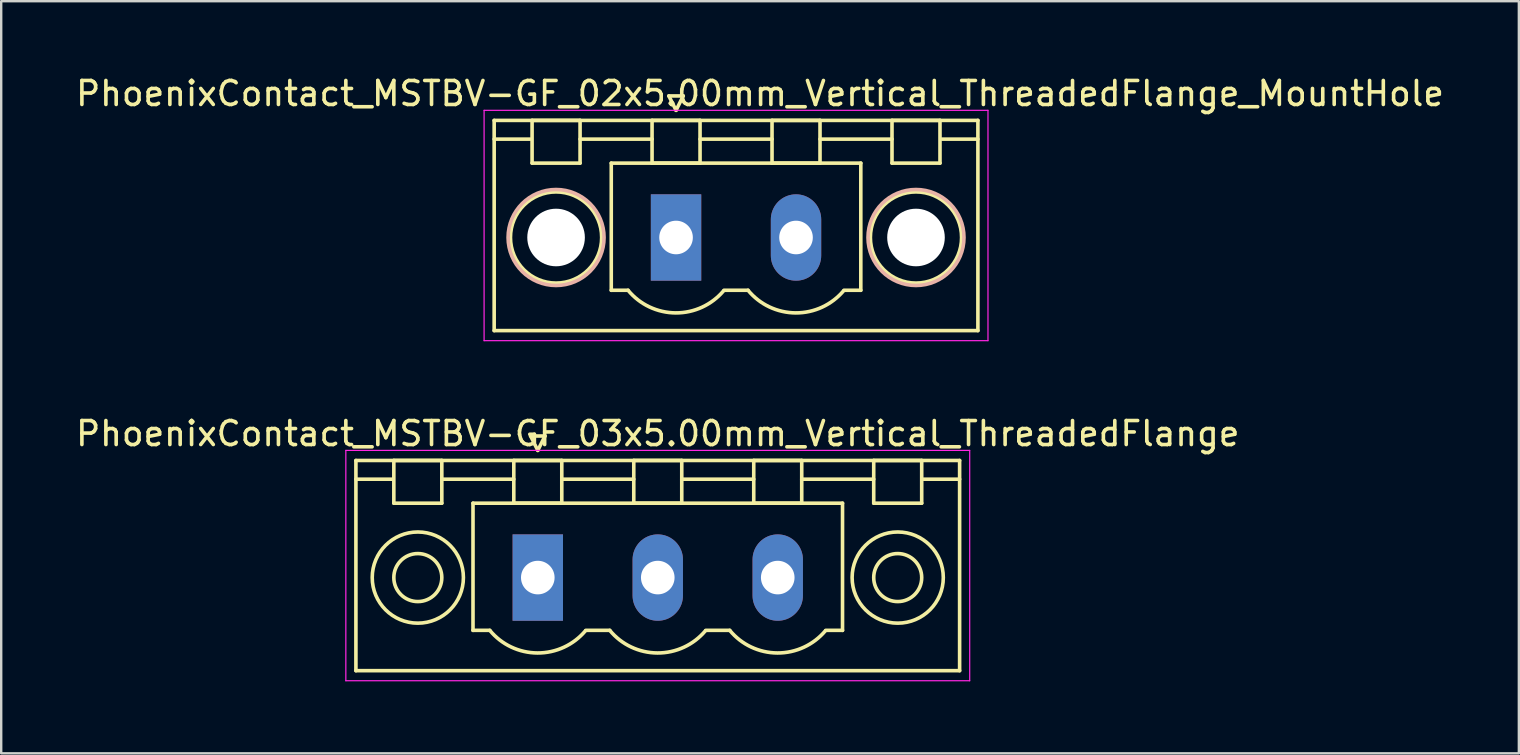
<source format=kicad_pcb>
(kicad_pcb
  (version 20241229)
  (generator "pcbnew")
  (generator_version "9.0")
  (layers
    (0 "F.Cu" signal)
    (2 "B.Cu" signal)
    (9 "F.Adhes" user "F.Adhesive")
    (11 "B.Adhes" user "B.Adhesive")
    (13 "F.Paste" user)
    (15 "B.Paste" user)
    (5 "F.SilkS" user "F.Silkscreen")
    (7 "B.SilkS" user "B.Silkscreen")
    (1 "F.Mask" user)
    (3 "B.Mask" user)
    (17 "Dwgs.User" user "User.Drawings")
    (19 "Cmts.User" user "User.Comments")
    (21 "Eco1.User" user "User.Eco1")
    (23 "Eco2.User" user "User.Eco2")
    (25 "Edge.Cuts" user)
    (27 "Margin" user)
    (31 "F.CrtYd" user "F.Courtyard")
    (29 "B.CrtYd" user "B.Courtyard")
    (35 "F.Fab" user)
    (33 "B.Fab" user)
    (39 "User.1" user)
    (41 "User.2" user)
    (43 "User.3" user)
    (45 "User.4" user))
  (footprint "PhoenixContact_MSTBV-GF_03x5.00mm_Vertical_ThreadedFlange"
    (layer "F.Cu")
    (at 19.363 21.021)
    (property "Reference" "PhoenixContact_MSTBV-GF_03x5.00mm_Vertical_ThreadedFlange" (at 5 -6 0) (layer "F.SilkS") (effects (font (size 1 1) (thickness 0.15))))
    (attr through_hole)
    (fp_line (start -7.58 -4.88) (end -7.58 3.88) (stroke (width 0.15) (type solid)) (layer "F.SilkS"))
    (fp_line (start -7.58 -4.1) (end -6.08 -4.1) (stroke (width 0.15) (type solid)) (layer "F.SilkS"))
    (fp_line (start -7.58 3.88) (end 17.58 3.88) (stroke (width 0.15) (type solid)) (layer "F.SilkS"))
    (fp_line (start -6 -4.88) (end -4 -4.88) (stroke (width 0.15) (type solid)) (layer "F.SilkS"))
    (fp_line (start -6 -3.1) (end -6 -4.88) (stroke (width 0.15) (type solid)) (layer "F.SilkS"))
    (fp_line (start -4 -4.88) (end -4 -3.1) (stroke (width 0.15) (type solid)) (layer "F.SilkS"))
    (fp_line (start -4 -4.1) (end -1 -4.1) (stroke (width 0.15) (type solid)) (layer "F.SilkS"))
    (fp_line (start -4 -3.1) (end -6 -3.1) (stroke (width 0.15) (type solid)) (layer "F.SilkS"))
    (fp_line (start -2.7 -3.1) (end 12.7 -3.1) (stroke (width 0.15) (type solid)) (layer "F.SilkS"))
    (fp_line (start -2.7 2.2) (end -2.7 -3.1) (stroke (width 0.15) (type solid)) (layer "F.SilkS"))
    (fp_line (start -2 2.2) (end -2.7 2.2) (stroke (width 0.15) (type solid)) (layer "F.SilkS"))
    (fp_line (start -1 -4.88) (end 1 -4.88) (stroke (width 0.15) (type solid)) (layer "F.SilkS"))
    (fp_line (start -1 -3.1) (end -1 -4.88) (stroke (width 0.15) (type solid)) (layer "F.SilkS"))
    (fp_line (start -0.3 -5.9) (end 0 -5.3) (stroke (width 0.15) (type solid)) (layer "F.SilkS"))
    (fp_line (start 0 -5.3) (end 0.3 -5.9) (stroke (width 0.15) (type solid)) (layer "F.SilkS"))
    (fp_line (start 0.3 -5.9) (end -0.3 -5.9) (stroke (width 0.15) (type solid)) (layer "F.SilkS"))
    (fp_line (start 1 -4.88) (end 1 -3.1) (stroke (width 0.15) (type solid)) (layer "F.SilkS"))
    (fp_line (start 1 -4.1) (end 4 -4.1) (stroke (width 0.15) (type solid)) (layer "F.SilkS"))
    (fp_line (start 1 -3.1) (end -1 -3.1) (stroke (width 0.15) (type solid)) (layer "F.SilkS"))
    (fp_line (start 2 2.2) (end 3 2.2) (stroke (width 0.15) (type solid)) (layer "F.SilkS"))
    (fp_line (start 4 -4.88) (end 6 -4.88) (stroke (width 0.15) (type solid)) (layer "F.SilkS"))
    (fp_line (start 4 -3.1) (end 4 -4.88) (stroke (width 0.15) (type solid)) (layer "F.SilkS"))
    (fp_line (start 6 -4.88) (end 6 -3.1) (stroke (width 0.15) (type solid)) (layer "F.SilkS"))
    (fp_line (start 6 -4.1) (end 9 -4.1) (stroke (width 0.15) (type solid)) (layer "F.SilkS"))
    (fp_line (start 6 -3.1) (end 4 -3.1) (stroke (width 0.15) (type solid)) (layer "F.SilkS"))
    (fp_line (start 7 2.2) (end 8 2.2) (stroke (width 0.15) (type solid)) (layer "F.SilkS"))
    (fp_line (start 9 -4.88) (end 11 -4.88) (stroke (width 0.15) (type solid)) (layer "F.SilkS"))
    (fp_line (start 9 -3.1) (end 9 -4.88) (stroke (width 0.15) (type solid)) (layer "F.SilkS"))
    (fp_line (start 11 -4.88) (end 11 -3.1) (stroke (width 0.15) (type solid)) (layer "F.SilkS"))
    (fp_line (start 11 -4.1) (end 14 -4.1) (stroke (width 0.15) (type solid)) (layer "F.SilkS"))
    (fp_line (start 11 -3.1) (end 9 -3.1) (stroke (width 0.15) (type solid)) (layer "F.SilkS"))
    (fp_line (start 12.7 -3.1) (end 12.7 2.2) (stroke (width 0.15) (type solid)) (layer "F.SilkS"))
    (fp_line (start 12.7 2.2) (end 12 2.2) (stroke (width 0.15) (type solid)) (layer "F.SilkS"))
    (fp_line (start 14 -4.88) (end 16 -4.88) (stroke (width 0.15) (type solid)) (layer "F.SilkS"))
    (fp_line (start 14 -3.1) (end 14 -4.88) (stroke (width 0.15) (type solid)) (layer "F.SilkS"))
    (fp_line (start 16 -4.88) (end 16 -3.1) (stroke (width 0.15) (type solid)) (layer "F.SilkS"))
    (fp_line (start 16 -3.1) (end 14 -3.1) (stroke (width 0.15) (type solid)) (layer "F.SilkS"))
    (fp_line (start 17.58 -4.88) (end -7.58 -4.88) (stroke (width 0.15) (type solid)) (layer "F.SilkS"))
    (fp_line (start 17.58 -4.1) (end 16.08 -4.1) (stroke (width 0.15) (type solid)) (layer "F.SilkS"))
    (fp_line (start 17.58 3.88) (end 17.58 -4.88) (stroke (width 0.15) (type solid)) (layer "F.SilkS"))
    (fp_arc (start 1.986842 2.215821) (mid -0.010289 3.142758) (end -2 2.2) (stroke (width 0.15) (type solid)) (layer "F.SilkS"))
    (fp_arc (start 6.986842 2.215821) (mid 4.989711 3.142758) (end 3 2.2) (stroke (width 0.15) (type solid)) (layer "F.SilkS"))
    (fp_arc (start 11.986842 2.215821) (mid 9.989711 3.142758) (end 8 2.2) (stroke (width 0.15) (type solid)) (layer "F.SilkS"))
    (fp_circle (center -5 0) (end -4 0) (stroke (width 0.15) (type solid)) (fill no) (layer "F.SilkS"))
    (fp_circle (center -5 0) (end -3.1 0) (stroke (width 0.15) (type solid)) (fill no) (layer "F.SilkS"))
    (fp_circle (center 15 0) (end 16 0) (stroke (width 0.15) (type solid)) (fill no) (layer "F.SilkS"))
    (fp_circle (center 15 0) (end 16.9 0) (stroke (width 0.15) (type solid)) (fill no) (layer "F.SilkS"))
    (fp_line (start -8 -5.3) (end -8 4.3) (stroke (width 0.05) (type solid)) (layer "F.CrtYd"))
    (fp_line (start -8 4.3) (end 18 4.3) (stroke (width 0.05) (type solid)) (layer "F.CrtYd"))
    (fp_line (start 18 -5.3) (end -8 -5.3) (stroke (width 0.05) (type solid)) (layer "F.CrtYd"))
    (fp_line (start 18 4.3) (end 18 -5.3) (stroke (width 0.05) (type solid)) (layer "F.CrtYd"))
    (pad "1" thru_hole rect (at 0 0) (size 2.1 3.6) (drill 1.4) (layers "*.Cu" "*.Mask"))
    (pad "2" thru_hole oval (at 5 0) (size 2.1 3.6) (drill 1.4) (layers "*.Cu" "*.Mask"))
    (pad "3" thru_hole oval (at 10 0) (size 2.1 3.6) (drill 1.4) (layers "*.Cu" "*.Mask")))
  (footprint "PhoenixContact_MSTBV-GF_02x5.00mm_Vertical_ThreadedFlange_MountHole"
    (layer "F.Cu")
    (at 25.125 6.848)
    (property "Reference" "PhoenixContact_MSTBV-GF_02x5.00mm_Vertical_ThreadedFlange_MountHole" (at 3.5 -6 0) (layer "F.SilkS") (effects (font (size 1 1) (thickness 0.15))))
    (attr through_hole)
    (fp_line (start -7.58 -4.88) (end -7.58 3.88) (stroke (width 0.15) (type solid)) (layer "F.SilkS"))
    (fp_line (start -7.58 -4.1) (end -6.08 -4.1) (stroke (width 0.15) (type solid)) (layer "F.SilkS"))
    (fp_line (start -7.58 3.88) (end 12.58 3.88) (stroke (width 0.15) (type solid)) (layer "F.SilkS"))
    (fp_line (start -6 -4.88) (end -4 -4.88) (stroke (width 0.15) (type solid)) (layer "F.SilkS"))
    (fp_line (start -6 -3.1) (end -6 -4.88) (stroke (width 0.15) (type solid)) (layer "F.SilkS"))
    (fp_line (start -4 -4.88) (end -4 -3.1) (stroke (width 0.15) (type solid)) (layer "F.SilkS"))
    (fp_line (start -4 -4.1) (end -1 -4.1) (stroke (width 0.15) (type solid)) (layer "F.SilkS"))
    (fp_line (start -4 -3.1) (end -6 -3.1) (stroke (width 0.15) (type solid)) (layer "F.SilkS"))
    (fp_line (start -2.7 -3.1) (end 7.7 -3.1) (stroke (width 0.15) (type solid)) (layer "F.SilkS"))
    (fp_line (start -2.7 2.2) (end -2.7 -3.1) (stroke (width 0.15) (type solid)) (layer "F.SilkS"))
    (fp_line (start -2 2.2) (end -2.7 2.2) (stroke (width 0.15) (type solid)) (layer "F.SilkS"))
    (fp_line (start -1 -4.88) (end 1 -4.88) (stroke (width 0.15) (type solid)) (layer "F.SilkS"))
    (fp_line (start -1 -3.1) (end -1 -4.88) (stroke (width 0.15) (type solid)) (layer "F.SilkS"))
    (fp_line (start -0.3 -5.9) (end 0 -5.3) (stroke (width 0.15) (type solid)) (layer "F.SilkS"))
    (fp_line (start 0 -5.3) (end 0.3 -5.9) (stroke (width 0.15) (type solid)) (layer "F.SilkS"))
    (fp_line (start 0.3 -5.9) (end -0.3 -5.9) (stroke (width 0.15) (type solid)) (layer "F.SilkS"))
    (fp_line (start 1 -4.88) (end 1 -3.1) (stroke (width 0.15) (type solid)) (layer "F.SilkS"))
    (fp_line (start 1 -4.1) (end 4 -4.1) (stroke (width 0.15) (type solid)) (layer "F.SilkS"))
    (fp_line (start 1 -3.1) (end -1 -3.1) (stroke (width 0.15) (type solid)) (layer "F.SilkS"))
    (fp_line (start 2 2.2) (end 3 2.2) (stroke (width 0.15) (type solid)) (layer "F.SilkS"))
    (fp_line (start 4 -4.88) (end 6 -4.88) (stroke (width 0.15) (type solid)) (layer "F.SilkS"))
    (fp_line (start 4 -3.1) (end 4 -4.88) (stroke (width 0.15) (type solid)) (layer "F.SilkS"))
    (fp_line (start 6 -4.88) (end 6 -3.1) (stroke (width 0.15) (type solid)) (layer "F.SilkS"))
    (fp_line (start 6 -4.1) (end 9 -4.1) (stroke (width 0.15) (type solid)) (layer "F.SilkS"))
    (fp_line (start 6 -3.1) (end 4 -3.1) (stroke (width 0.15) (type solid)) (layer "F.SilkS"))
    (fp_line (start 7.7 -3.1) (end 7.7 2.2) (stroke (width 0.15) (type solid)) (layer "F.SilkS"))
    (fp_line (start 7.7 2.2) (end 7 2.2) (stroke (width 0.15) (type solid)) (layer "F.SilkS"))
    (fp_line (start 9 -4.88) (end 11 -4.88) (stroke (width 0.15) (type solid)) (layer "F.SilkS"))
    (fp_line (start 9 -3.1) (end 9 -4.88) (stroke (width 0.15) (type solid)) (layer "F.SilkS"))
    (fp_line (start 11 -4.88) (end 11 -3.1) (stroke (width 0.15) (type solid)) (layer "F.SilkS"))
    (fp_line (start 11 -3.1) (end 9 -3.1) (stroke (width 0.15) (type solid)) (layer "F.SilkS"))
    (fp_line (start 12.58 -4.88) (end -7.58 -4.88) (stroke (width 0.15) (type solid)) (layer "F.SilkS"))
    (fp_line (start 12.58 -4.1) (end 11.08 -4.1) (stroke (width 0.15) (type solid)) (layer "F.SilkS"))
    (fp_line (start 12.58 3.88) (end 12.58 -4.88) (stroke (width 0.15) (type solid)) (layer "F.SilkS"))
    (fp_arc (start 1.986842 2.215821) (mid -0.010289 3.142758) (end -2 2.2) (stroke (width 0.15) (type solid)) (layer "F.SilkS"))
    (fp_arc (start 6.986842 2.215821) (mid 4.989711 3.142758) (end 3 2.2) (stroke (width 0.15) (type solid)) (layer "F.SilkS"))
    (fp_circle (center -5 0) (end -3.1 0) (stroke (width 0.15) (type solid)) (fill no) (layer "F.SilkS"))
    (fp_circle (center 10 0) (end 11.9 0) (stroke (width 0.15) (type solid)) (fill no) (layer "F.SilkS"))
    (fp_circle (center -5 0) (end -3 0) (stroke (width 0.15) (type solid)) (fill no) (layer "B.SilkS"))
    (fp_circle (center 10 0) (end 12 0) (stroke (width 0.15) (type solid)) (fill no) (layer "B.SilkS"))
    (fp_line (start -8 -5.3) (end -8 4.3) (stroke (width 0.05) (type solid)) (layer "F.CrtYd"))
    (fp_line (start -8 4.3) (end 13 4.3) (stroke (width 0.05) (type solid)) (layer "F.CrtYd"))
    (fp_line (start 13 -5.3) (end -8 -5.3) (stroke (width 0.05) (type solid)) (layer "F.CrtYd"))
    (fp_line (start 13 4.3) (end 13 -5.3) (stroke (width 0.05) (type solid)) (layer "F.CrtYd"))
    (pad "" np_thru_hole circle (at -5 0) (size 2.4 2.4) (drill 2.4) (layers "*.Cu" "*.Mask"))
    (pad "" np_thru_hole circle (at 10 0) (size 2.4 2.4) (drill 2.4) (layers "*.Cu" "*.Mask"))
    (pad "1" thru_hole rect (at 0 0) (size 2.1 3.6) (drill 1.4) (layers "*.Cu" "*.Mask"))
    (pad "2" thru_hole oval (at 5 0) (size 2.1 3.6) (drill 1.4) (layers "*.Cu" "*.Mask")))
  (gr_rect
    (start -3 -3)
    (end 60.25 28.346)
    (stroke (width 0.1) (type default))
    (fill no)
    (layer "Edge.Cuts")))
</source>
